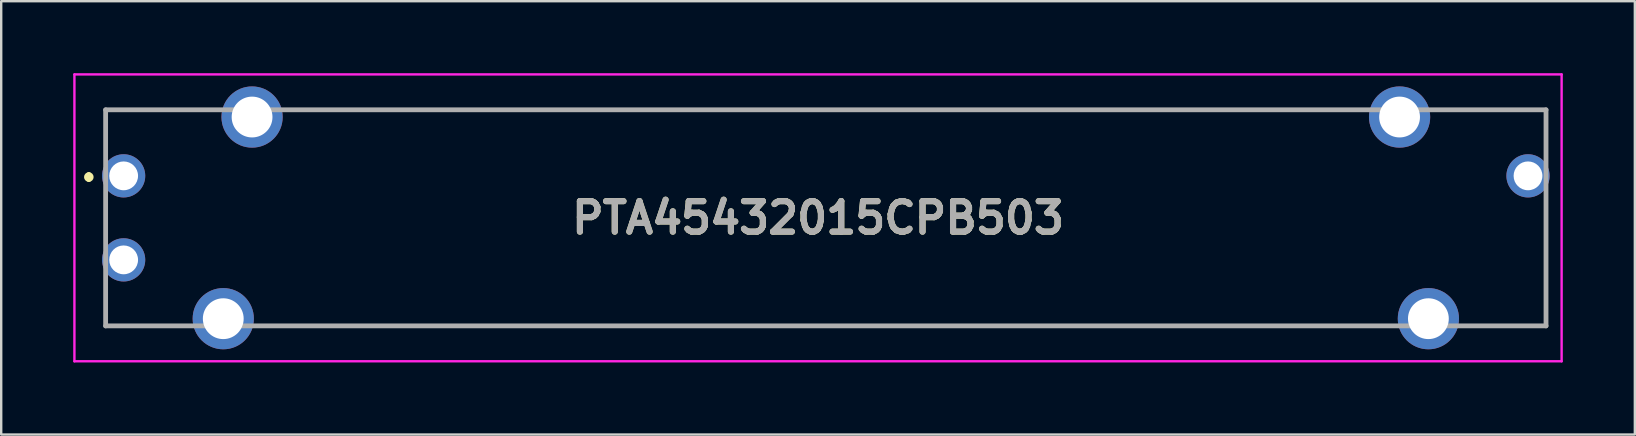
<source format=kicad_pcb>
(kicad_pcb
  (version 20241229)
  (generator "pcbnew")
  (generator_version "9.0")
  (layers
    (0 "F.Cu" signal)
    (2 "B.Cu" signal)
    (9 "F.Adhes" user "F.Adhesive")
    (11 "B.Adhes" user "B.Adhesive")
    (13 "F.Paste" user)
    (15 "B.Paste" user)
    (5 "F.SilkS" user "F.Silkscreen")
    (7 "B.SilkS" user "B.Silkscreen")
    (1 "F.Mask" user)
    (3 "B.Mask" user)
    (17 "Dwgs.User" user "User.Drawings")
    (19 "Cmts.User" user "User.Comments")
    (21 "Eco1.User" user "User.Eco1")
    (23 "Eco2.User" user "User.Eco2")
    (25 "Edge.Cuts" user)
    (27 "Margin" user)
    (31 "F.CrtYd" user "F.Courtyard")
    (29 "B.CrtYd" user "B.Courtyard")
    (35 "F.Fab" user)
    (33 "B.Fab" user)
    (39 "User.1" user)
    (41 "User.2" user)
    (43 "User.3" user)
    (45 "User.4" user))
  (footprint "PTA45432015CPB503"
    (layer "F.Cu")
    (at 2.1 4.275)
    (property "Reference" "PTA45432015CPB503" (at 28.925 1.75 0) (layer "F.SilkS") (effects (font (size 1.27 1.27) (thickness 0.254))))
    (attr through_hole)
    (fp_line (start -1.45 -0.05) (end -1.45 -0.05) (stroke (width 0.2) (type solid)) (layer "F.SilkS"))
    (fp_line (start -1.45 0.15) (end -1.45 0.15) (stroke (width 0.2) (type solid)) (layer "F.SilkS"))
    (fp_line (start -0.75 -2.75) (end -0.75 -1.25) (stroke (width 0.1) (type solid)) (layer "F.SilkS"))
    (fp_line (start -0.75 1.25) (end -0.75 2.25) (stroke (width 0.1) (type solid)) (layer "F.SilkS"))
    (fp_line (start -0.75 6.25) (end -0.75 4.75) (stroke (width 0.1) (type solid)) (layer "F.SilkS"))
    (fp_line (start 2.25 6.25) (end -0.75 6.25) (stroke (width 0.1) (type solid)) (layer "F.SilkS"))
    (fp_line (start 3.25 -2.75) (end -0.75 -2.75) (stroke (width 0.1) (type solid)) (layer "F.SilkS"))
    (fp_line (start 6.25 6.25) (end 52.25 6.25) (stroke (width 0.1) (type solid)) (layer "F.SilkS"))
    (fp_line (start 7.25 -2.75) (end 51.25 -2.75) (stroke (width 0.1) (type solid)) (layer "F.SilkS"))
    (fp_line (start 55.25 -2.75) (end 59.25 -2.75) (stroke (width 0.1) (type solid)) (layer "F.SilkS"))
    (fp_line (start 59.25 -2.75) (end 59.25 -1.25) (stroke (width 0.1) (type solid)) (layer "F.SilkS"))
    (fp_line (start 59.25 1.25) (end 59.25 6.25) (stroke (width 0.1) (type solid)) (layer "F.SilkS"))
    (fp_line (start 59.25 6.25) (end 56.25 6.25) (stroke (width 0.1) (type solid)) (layer "F.SilkS"))
    (fp_arc (start -1.45 -0.05) (mid -1.35 0.05) (end -1.45 0.15) (stroke (width 0.2) (type solid)) (layer "F.SilkS"))
    (fp_arc (start -1.45 0.15) (mid -1.55 0.05) (end -1.45 -0.05) (stroke (width 0.2) (type solid)) (layer "F.SilkS"))
    (fp_line (start -2.05 -4.225) (end 59.9 -4.225) (stroke (width 0.1) (type solid)) (layer "F.CrtYd"))
    (fp_line (start -2.05 7.725) (end -2.05 -4.225) (stroke (width 0.1) (type solid)) (layer "F.CrtYd"))
    (fp_line (start 59.9 -4.225) (end 59.9 7.725) (stroke (width 0.1) (type solid)) (layer "F.CrtYd"))
    (fp_line (start 59.9 7.725) (end -2.05 7.725) (stroke (width 0.1) (type solid)) (layer "F.CrtYd"))
    (fp_line (start -0.75 -2.75) (end 59.25 -2.75) (stroke (width 0.2) (type solid)) (layer "F.Fab"))
    (fp_line (start -0.75 6.25) (end -0.75 -2.75) (stroke (width 0.2) (type solid)) (layer "F.Fab"))
    (fp_line (start 59.25 -2.75) (end 59.25 6.25) (stroke (width 0.2) (type solid)) (layer "F.Fab"))
    (fp_line (start 59.25 6.25) (end -0.75 6.25) (stroke (width 0.2) (type solid)) (layer "F.Fab"))
    (fp_text user "${REFERENCE}" (at 28.925 1.75 0) (layer "F.Fab") (effects (font (size 1.27 1.27) (thickness 0.254))))
    (pad "1" thru_hole circle (at 0 0) (size 1.8 1.8) (drill 1.2) (layers "*.Cu" "*.Mask"))
    (pad "2" thru_hole circle (at 0 3.5) (size 1.8 1.8) (drill 1.2) (layers "*.Cu" "*.Mask"))
    (pad "3" thru_hole circle (at 58.5 0) (size 1.8 1.8) (drill 1.2) (layers "*.Cu" "*.Mask"))
    (pad "MH1" thru_hole circle (at 5.35 -2.45) (size 2.55 2.55) (drill 1.7) (layers "*.Cu" "*.Mask"))
    (pad "MH2" thru_hole circle (at 4.15 5.95) (size 2.55 2.55) (drill 1.7) (layers "*.Cu" "*.Mask"))
    (pad "MH3" thru_hole circle (at 53.15 -2.45) (size 2.55 2.55) (drill 1.7) (layers "*.Cu" "*.Mask"))
    (pad "MH4" thru_hole circle (at 54.35 5.95) (size 2.55 2.55) (drill 1.7) (layers "*.Cu" "*.Mask")))
  (gr_rect
    (start -3 -3)
    (end 65.05 15.05)
    (stroke (width 0.1) (type default))
    (fill no)
    (layer "Edge.Cuts")))
</source>
